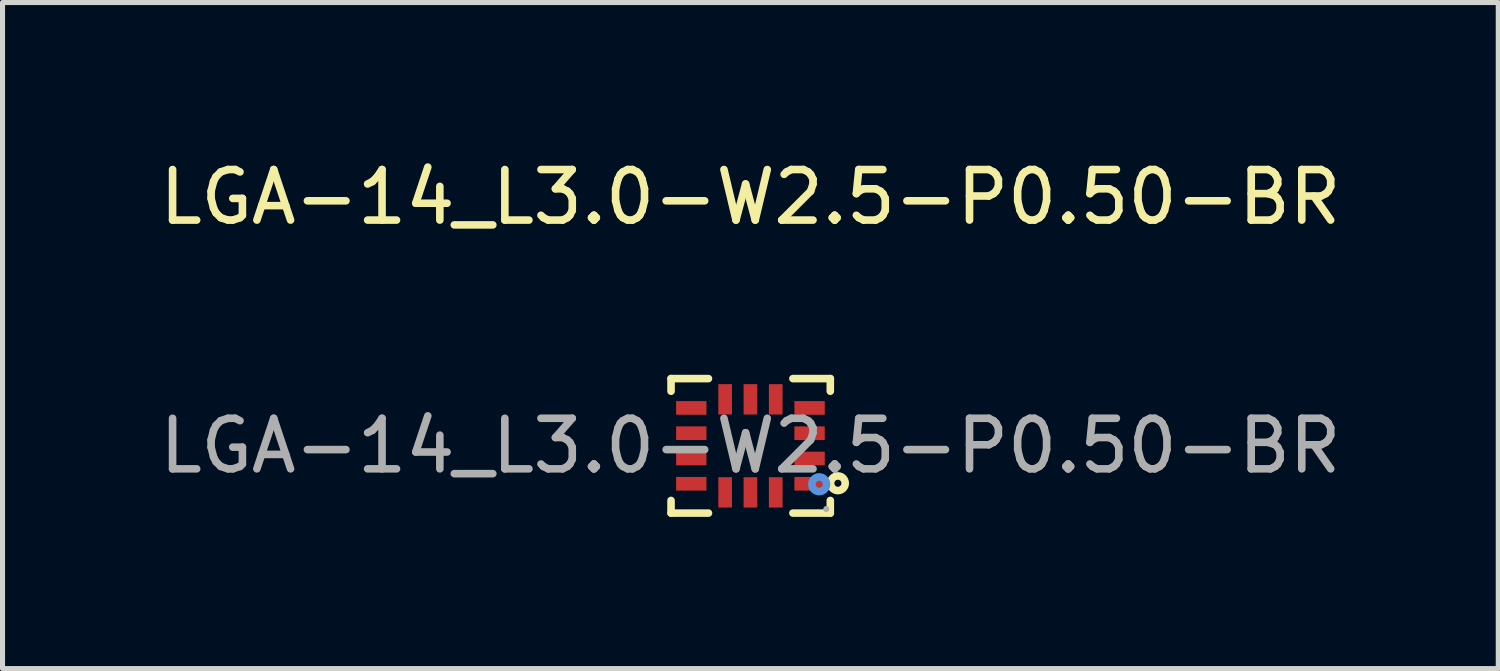
<source format=kicad_pcb>
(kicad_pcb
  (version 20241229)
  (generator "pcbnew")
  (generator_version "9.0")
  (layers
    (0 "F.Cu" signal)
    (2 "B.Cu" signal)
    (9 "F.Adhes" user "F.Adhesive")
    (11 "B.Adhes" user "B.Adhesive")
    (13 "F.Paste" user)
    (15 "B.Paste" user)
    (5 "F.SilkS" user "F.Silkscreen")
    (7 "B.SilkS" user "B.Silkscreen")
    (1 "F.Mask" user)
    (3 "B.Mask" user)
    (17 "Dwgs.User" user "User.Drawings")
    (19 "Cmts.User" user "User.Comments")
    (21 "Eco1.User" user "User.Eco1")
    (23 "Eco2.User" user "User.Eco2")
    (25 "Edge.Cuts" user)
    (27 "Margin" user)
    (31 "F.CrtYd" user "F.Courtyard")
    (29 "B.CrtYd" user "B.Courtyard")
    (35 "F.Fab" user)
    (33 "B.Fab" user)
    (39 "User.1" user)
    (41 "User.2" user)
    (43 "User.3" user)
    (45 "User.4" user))
  (footprint "LGA-14_L3.0-W2.5-P0.50-BR"
    (layer "F.Cu")
    (at 11.792 5.768)
    (property "Reference" "LGA-14_L3.0-W2.5-P0.50-BR" (at 0 -4.92 0) (layer "F.SilkS") (effects (font (size 1 1) (thickness 0.15))))
    (attr smd)
    (fp_line (start -1.57 -1.33) (end -1.57 -1.08) (stroke (width 0.15) (type solid)) (layer "F.SilkS"))
    (fp_line (start -1.57 1.33) (end -1.57 1.08) (stroke (width 0.15) (type solid)) (layer "F.SilkS"))
    (fp_line (start -0.83 -1.33) (end -1.57 -1.33) (stroke (width 0.15) (type solid)) (layer "F.SilkS"))
    (fp_line (start -0.83 1.33) (end -1.57 1.33) (stroke (width 0.15) (type solid)) (layer "F.SilkS"))
    (fp_line (start 0.84 -1.33) (end 1.58 -1.33) (stroke (width 0.15) (type solid)) (layer "F.SilkS"))
    (fp_line (start 0.84 1.33) (end 1.58 1.33) (stroke (width 0.15) (type solid)) (layer "F.SilkS"))
    (fp_line (start 1.58 -1.33) (end 1.58 -1.08) (stroke (width 0.15) (type solid)) (layer "F.SilkS"))
    (fp_line (start 1.58 1.33) (end 1.58 1.08) (stroke (width 0.15) (type solid)) (layer "F.SilkS"))
    (fp_circle (center 1.73 0.74) (end 1.8 0.74) (stroke (width 0.15) (type solid)) (fill no) (layer "F.SilkS"))
    (fp_circle (center 1.36 0.76) (end 1.43 0.76) (stroke (width 0.15) (type solid)) (fill no) (layer "Cmts.User"))
    (fp_circle (center 1.5 1.25) (end 1.53 1.25) (stroke (width 0.06) (type solid)) (fill no) (layer "F.Fab"))
    (fp_text user "${REFERENCE}" (at 0 0 0) (layer "F.Fab") (effects (font (size 1 1) (thickness 0.15))))
    (pad "1" smd rect (at 1.17 0.75) (size 0.6 0.27) (layers "F.Cu" "F.Mask" "F.Paste"))
    (pad "2" smd rect (at 1.17 0.25) (size 0.6 0.27) (layers "F.Cu" "F.Mask" "F.Paste"))
    (pad "3" smd rect (at 1.17 -0.25) (size 0.6 0.27) (layers "F.Cu" "F.Mask" "F.Paste"))
    (pad "4" smd rect (at 1.17 -0.75) (size 0.6 0.27) (layers "F.Cu" "F.Mask" "F.Paste"))
    (pad "5" smd rect (at 0.5 -0.92) (size 0.27 0.6) (layers "F.Cu" "F.Mask" "F.Paste"))
    (pad "6" smd rect (at 0 -0.92) (size 0.27 0.6) (layers "F.Cu" "F.Mask" "F.Paste"))
    (pad "7" smd rect (at -0.5 -0.92) (size 0.27 0.6) (layers "F.Cu" "F.Mask" "F.Paste"))
    (pad "8" smd rect (at -1.17 -0.75) (size 0.6 0.27) (layers "F.Cu" "F.Mask" "F.Paste"))
    (pad "9" smd rect (at -1.17 -0.25) (size 0.6 0.27) (layers "F.Cu" "F.Mask" "F.Paste"))
    (pad "10" smd rect (at -1.17 0.25) (size 0.6 0.27) (layers "F.Cu" "F.Mask" "F.Paste"))
    (pad "11" smd rect (at -1.17 0.75) (size 0.6 0.27) (layers "F.Cu" "F.Mask" "F.Paste"))
    (pad "12" smd rect (at -0.5 0.92) (size 0.27 0.6) (layers "F.Cu" "F.Mask" "F.Paste"))
    (pad "13" smd rect (at 0 0.92) (size 0.27 0.6) (layers "F.Cu" "F.Mask" "F.Paste"))
    (pad "14" smd rect (at 0.5 0.92) (size 0.27 0.6) (layers "F.Cu" "F.Mask" "F.Paste")))
  (gr_rect
    (start -3 -3)
    (end 26.583 10.173)
    (stroke (width 0.1) (type default))
    (fill no)
    (layer "Edge.Cuts")))
</source>
